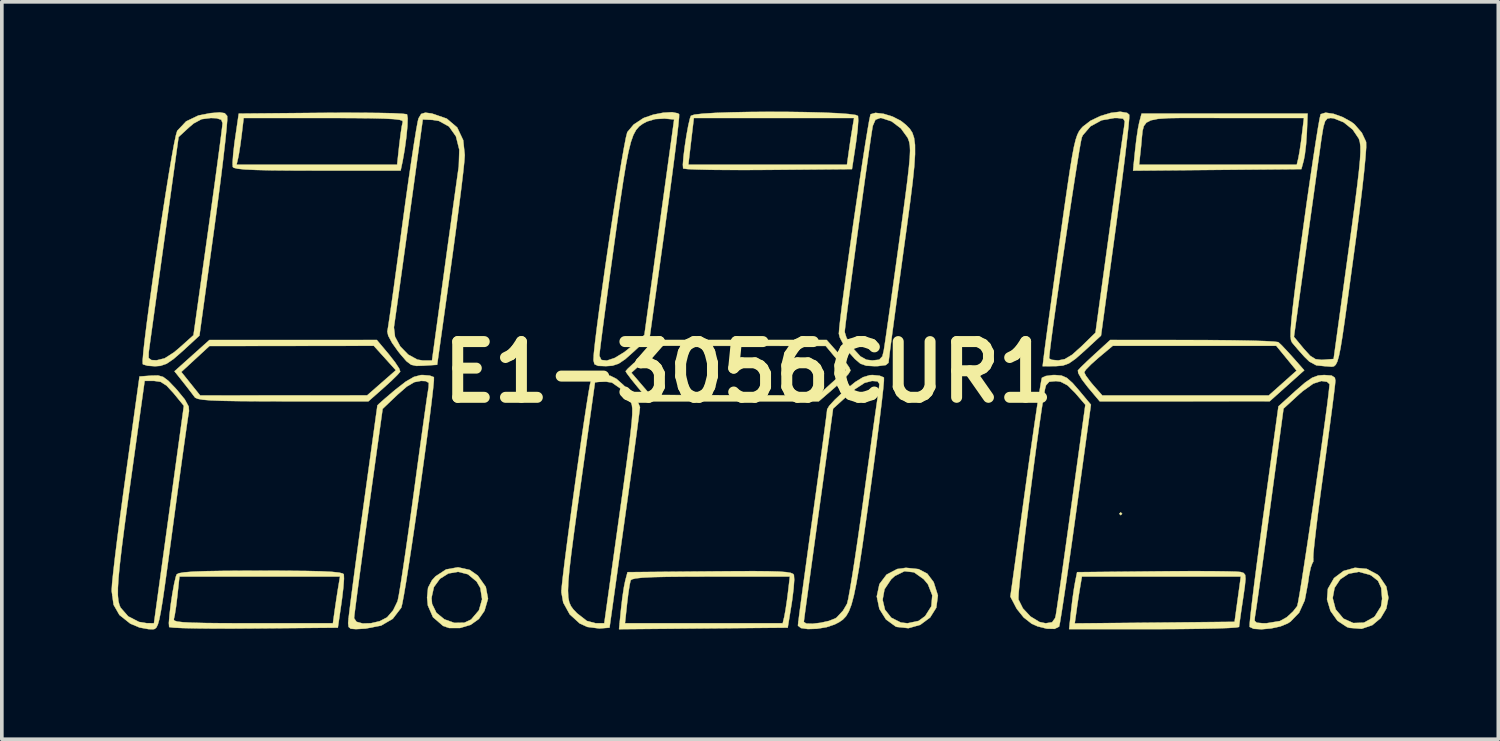
<source format=kicad_pcb>
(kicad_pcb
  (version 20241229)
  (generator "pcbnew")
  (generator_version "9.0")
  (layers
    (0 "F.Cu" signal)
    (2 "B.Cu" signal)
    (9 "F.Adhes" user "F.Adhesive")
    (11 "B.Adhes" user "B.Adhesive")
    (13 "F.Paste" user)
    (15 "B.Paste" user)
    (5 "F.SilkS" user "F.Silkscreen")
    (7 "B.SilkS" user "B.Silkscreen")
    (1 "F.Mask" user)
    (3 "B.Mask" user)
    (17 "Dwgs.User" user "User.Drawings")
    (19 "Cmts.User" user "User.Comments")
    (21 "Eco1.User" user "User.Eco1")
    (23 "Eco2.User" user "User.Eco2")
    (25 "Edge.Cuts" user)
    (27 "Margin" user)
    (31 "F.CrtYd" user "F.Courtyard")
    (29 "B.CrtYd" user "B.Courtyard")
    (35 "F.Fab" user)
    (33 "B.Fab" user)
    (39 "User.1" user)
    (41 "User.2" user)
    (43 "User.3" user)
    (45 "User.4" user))
  (footprint "E1-3056CUR1"
    (layer "F.Cu")
    (at 17.414 7.126)
    (property "Reference" "E1-3056CUR1" (at 0 0 0) (layer "F.SilkS") (effects (font (size 1.524 1.524) (thickness 0.3))))
    (attr through_hole)
    (fp_poly (pts (xy 10.224 3.874) (xy 10.184 3.914) (xy 10.144 3.874) (xy 10.184 3.834) (xy 10.224 3.874)) (stroke (width 0.01) (type solid)) (fill yes) (layer "F.SilkS"))
    (fp_poly (pts (xy 2.469 -0.508) (xy 2.642 -0.298) (xy 2.76 -0.127) (xy 2.796 -0.044) (xy 2.739 0.051) (xy 2.59 0.213) (xy 2.379 0.409) (xy 2.362 0.424) (xy 1.928 0.799) (xy -2.701 0.799) (xy -3.028 0.408) (xy -3.197 0.2) (xy -3.315 0.043) (xy -3.33 0.017) (xy -3.198 0.017) (xy -2.937 0.321) (xy -2.676 0.625) (xy 1.902 0.639) (xy 2.284 0.293) (xy 2.667 -0.054) (xy 2.392 -0.385) (xy 2.117 -0.716) (xy -0.131 -0.717) (xy -2.379 -0.719) (xy -2.788 -0.351) (xy -3.198 0.017) (xy -3.33 0.017) (xy -3.355 -0.024) (xy -3.298 -0.091) (xy -3.147 -0.232) (xy -2.931 -0.42) (xy -2.868 -0.472) (xy -2.382 -0.879) (xy 2.143 -0.879) (xy 2.469 -0.508)) (stroke (width 0.01) (type solid)) (fill yes) (layer "F.SilkS"))
    (fp_poly (pts (xy 15.275 -6.55) (xy 15.254 -6.235) (xy 15.22 -5.95) (xy 15.19 -5.791) (xy 15.125 -5.551) (xy 12.824 -5.53) (xy 10.523 -5.509) (xy 10.538 -5.671) (xy 10.687 -5.671) (xy 14.999 -5.671) (xy 15.042 -5.851) (xy 15.075 -6.03) (xy 15.115 -6.297) (xy 15.139 -6.49) (xy 15.195 -6.949) (xy 13.034 -6.949) (xy 12.381 -6.951) (xy 11.87 -6.951) (xy 11.483 -6.945) (xy 11.202 -6.925) (xy 11.009 -6.886) (xy 10.886 -6.822) (xy 10.816 -6.727) (xy 10.781 -6.594) (xy 10.763 -6.418) (xy 10.743 -6.193) (xy 10.741 -6.17) (xy 10.687 -5.671) (xy 10.538 -5.671) (xy 10.577 -6.057) (xy 10.614 -6.375) (xy 10.657 -6.661) (xy 10.693 -6.837) (xy 10.755 -7.069) (xy 15.296 -7.069) (xy 15.275 -6.55)) (stroke (width 0.01) (type solid)) (fill yes) (layer "F.SilkS"))
    (fp_poly (pts (xy -9.825 -0.48) (xy -9.658 -0.266) (xy -9.547 -0.097) (xy -9.518 -0.014) (xy -9.588 0.069) (xy -9.745 0.224) (xy -9.957 0.417) (xy -9.967 0.426) (xy -10.389 0.799) (xy -12.723 0.799) (xy -13.418 0.797) (xy -13.969 0.793) (xy -14.393 0.785) (xy -14.704 0.773) (xy -14.919 0.755) (xy -15.053 0.731) (xy -15.124 0.701) (xy -15.137 0.688) (xy -15.233 0.561) (xy -15.382 0.368) (xy -15.454 0.277) (xy -15.677 -0.004) (xy -15.506 -0.004) (xy -14.99 0.639) (xy -12.707 0.637) (xy -10.424 0.636) (xy -10.031 0.292) (xy -9.639 -0.051) (xy -10.242 -0.719) (xy -14.737 -0.713) (xy -15.122 -0.358) (xy -15.506 -0.004) (xy -15.677 -0.004) (xy -15.692 -0.023) (xy -14.737 -0.878) (xy -12.448 -0.878) (xy -10.159 -0.879) (xy -9.825 -0.48)) (stroke (width 0.01) (type solid)) (fill yes) (layer "F.SilkS"))
    (fp_poly (pts (xy -7.618 5.41) (xy -7.398 5.564) (xy -7.179 5.873) (xy -7.118 6.197) (xy -7.215 6.529) (xy -7.369 6.751) (xy -7.594 6.912) (xy -7.889 6.999) (xy -8.184 6.998) (xy -8.347 6.941) (xy -8.623 6.703) (xy -8.763 6.383) (xy -8.784 6.171) (xy -8.663 6.171) (xy -8.648 6.339) (xy -8.53 6.582) (xy -8.311 6.761) (xy -8.04 6.858) (xy -7.765 6.853) (xy -7.581 6.767) (xy -7.367 6.515) (xy -7.28 6.212) (xy -7.328 5.904) (xy -7.429 5.728) (xy -7.667 5.529) (xy -7.936 5.461) (xy -8.202 5.507) (xy -8.433 5.652) (xy -8.598 5.879) (xy -8.663 6.171) (xy -8.784 6.171) (xy -8.784 6.164) (xy -8.758 5.896) (xy -8.651 5.693) (xy -8.553 5.585) (xy -8.264 5.396) (xy -7.938 5.338) (xy -7.618 5.41)) (stroke (width 0.01) (type solid)) (fill yes) (layer "F.SilkS"))
    (fp_poly (pts (xy 4.656 5.388) (xy 4.894 5.511) (xy 5.067 5.741) (xy 5.071 5.749) (xy 5.185 6.109) (xy 5.141 6.442) (xy 4.972 6.711) (xy 4.701 6.912) (xy 4.378 7.003) (xy 4.063 6.969) (xy 4.025 6.954) (xy 3.765 6.764) (xy 3.584 6.475) (xy 3.533 6.227) (xy 3.673 6.227) (xy 3.738 6.499) (xy 3.909 6.717) (xy 4.171 6.848) (xy 4.353 6.869) (xy 4.658 6.804) (xy 4.836 6.673) (xy 5.006 6.404) (xy 5.031 6.103) (xy 4.914 5.805) (xy 4.799 5.665) (xy 4.533 5.475) (xy 4.272 5.445) (xy 4.008 5.575) (xy 3.908 5.665) (xy 3.725 5.938) (xy 3.673 6.227) (xy 3.533 6.227) (xy 3.514 6.139) (xy 3.514 6.133) (xy 3.586 5.797) (xy 3.781 5.538) (xy 4.074 5.384) (xy 4.312 5.352) (xy 4.656 5.388)) (stroke (width 0.01) (type solid)) (fill yes) (layer "F.SilkS"))
    (fp_poly (pts (xy 16.913 5.381) (xy 17.208 5.538) (xy 17.259 5.585) (xy 17.449 5.868) (xy 17.506 6.172) (xy 17.448 6.468) (xy 17.294 6.728) (xy 17.063 6.921) (xy 16.773 7.02) (xy 16.442 6.994) (xy 16.374 6.973) (xy 16.113 6.801) (xy 15.921 6.531) (xy 15.827 6.216) (xy 15.83 6.179) (xy 15.981 6.179) (xy 16.06 6.479) (xy 16.068 6.495) (xy 16.275 6.741) (xy 16.544 6.862) (xy 16.834 6.852) (xy 17.104 6.704) (xy 17.137 6.673) (xy 17.303 6.406) (xy 17.333 6.2) (xy 17.309 5.902) (xy 17.221 5.708) (xy 17.042 5.567) (xy 16.998 5.543) (xy 16.697 5.462) (xy 16.418 5.513) (xy 16.187 5.667) (xy 16.033 5.899) (xy 15.981 6.179) (xy 15.83 6.179) (xy 15.85 5.926) (xy 16.018 5.633) (xy 16.278 5.438) (xy 16.59 5.351) (xy 16.913 5.381)) (stroke (width 0.01) (type solid)) (fill yes) (layer "F.SilkS"))
    (fp_poly (pts (xy 12.157 -0.877) (xy 12.745 -0.875) (xy 13.281 -0.869) (xy 13.744 -0.86) (xy 14.115 -0.849) (xy 14.371 -0.835) (xy 14.492 -0.82) (xy 14.497 -0.817) (xy 14.591 -0.729) (xy 14.749 -0.561) (xy 14.891 -0.404) (xy 15.204 -0.049) (xy 14.731 0.375) (xy 14.258 0.798) (xy 11.934 0.799) (xy 9.61 0.799) (xy 9.285 0.413) (xy 9.124 0.203) (xy 9.027 0.035) (xy 9.021 0.005) (xy 9.186 0.005) (xy 9.234 0.101) (xy 9.358 0.267) (xy 9.433 0.357) (xy 9.681 0.639) (xy 14.232 0.639) (xy 14.613 0.3) (xy 14.994 -0.04) (xy 14.438 -0.719) (xy 9.967 -0.719) (xy 9.576 -0.392) (xy 9.374 -0.212) (xy 9.233 -0.068) (xy 9.186 0.005) (xy 9.021 0.005) (xy 9.013 -0.046) (xy 9.095 -0.134) (xy 9.261 -0.294) (xy 9.475 -0.493) (xy 9.482 -0.499) (xy 9.898 -0.879) (xy 12.157 -0.877)) (stroke (width 0.01) (type solid)) (fill yes) (layer "F.SilkS"))
    (fp_poly (pts (xy 12.72 5.445) (xy 13.091 5.45) (xy 13.348 5.457) (xy 13.466 5.467) (xy 13.545 5.493) (xy 13.588 5.546) (xy 13.598 5.657) (xy 13.578 5.859) (xy 13.531 6.186) (xy 13.528 6.209) (xy 13.48 6.528) (xy 13.444 6.786) (xy 13.423 6.943) (xy 13.421 6.969) (xy 13.344 6.984) (xy 13.127 6.998) (xy 12.79 7.01) (xy 12.353 7.019) (xy 11.835 7.026) (xy 11.257 7.029) (xy 11.096 7.029) (xy 8.773 7.029) (xy 8.79 6.872) (xy 8.927 6.872) (xy 13.298 6.829) (xy 13.469 5.591) (xy 9.123 5.591) (xy 9.079 5.851) (xy 9.039 6.095) (xy 8.994 6.394) (xy 8.981 6.491) (xy 8.927 6.872) (xy 8.79 6.872) (xy 8.828 6.518) (xy 8.866 6.199) (xy 8.909 5.903) (xy 8.938 5.739) (xy 8.992 5.471) (xy 11.146 5.449) (xy 11.724 5.444) (xy 12.256 5.443) (xy 12.72 5.445)) (stroke (width 0.01) (type solid)) (fill yes) (layer "F.SilkS"))
    (fp_poly (pts (xy 0.547 5.447) (xy 0.839 5.455) (xy 1.038 5.47) (xy 1.162 5.491) (xy 1.227 5.52) (xy 1.247 5.547) (xy 1.256 5.677) (xy 1.239 5.918) (xy 1.201 6.226) (xy 1.186 6.327) (xy 1.078 6.989) (xy -1.229 7.01) (xy -3.535 7.031) (xy -3.519 6.869) (xy -3.373 6.869) (xy 0.941 6.869) (xy 0.984 6.689) (xy 1.017 6.511) (xy 1.057 6.244) (xy 1.082 6.05) (xy 1.137 5.591) (xy -1.021 5.591) (xy -1.689 5.593) (xy -2.214 5.598) (xy -2.61 5.607) (xy -2.893 5.621) (xy -3.079 5.641) (xy -3.182 5.667) (xy -3.219 5.697) (xy -3.247 5.827) (xy -3.283 6.064) (xy -3.316 6.336) (xy -3.373 6.869) (xy -3.519 6.869) (xy -3.481 6.483) (xy -3.444 6.165) (xy -3.401 5.879) (xy -3.365 5.703) (xy -3.303 5.471) (xy -1.051 5.45) (xy -0.381 5.445) (xy 0.146 5.443) (xy 0.547 5.447)) (stroke (width 0.01) (type solid)) (fill yes) (layer "F.SilkS"))
    (fp_poly (pts (xy 1.042 -7.117) (xy 1.551 -7.11) (xy 2.021 -7.098) (xy 2.425 -7.081) (xy 2.74 -7.058) (xy 2.94 -7.031) (xy 3 -7.004) (xy 3.007 -6.882) (xy 2.991 -6.645) (xy 2.954 -6.339) (xy 2.938 -6.226) (xy 2.835 -5.551) (xy 0.544 -5.53) (xy -0.044 -5.527) (xy -0.579 -5.528) (xy -1.04 -5.532) (xy -1.407 -5.541) (xy -1.659 -5.552) (xy -1.777 -5.567) (xy -1.782 -5.57) (xy -1.789 -5.671) (xy -1.64 -5.671) (xy 2.698 -5.671) (xy 2.751 -6.05) (xy 2.793 -6.343) (xy 2.837 -6.618) (xy 2.848 -6.689) (xy 2.893 -6.949) (xy -1.489 -6.949) (xy -1.565 -6.31) (xy -1.64 -5.671) (xy -1.789 -5.671) (xy -1.789 -5.677) (xy -1.772 -5.895) (xy -1.737 -6.176) (xy -1.691 -6.476) (xy -1.641 -6.747) (xy -1.594 -6.944) (xy -1.569 -7.01) (xy -1.473 -7.042) (xy -1.243 -7.068) (xy -0.904 -7.089) (xy -0.481 -7.104) (xy 0.000286 -7.114) (xy 0.516 -7.118) (xy 1.042 -7.117)) (stroke (width 0.01) (type solid)) (fill yes) (layer "F.SilkS"))
    (fp_poly (pts (xy -10.543 -7.092) (xy -10.08 -7.087) (xy -9.712 -7.079) (xy -9.457 -7.066) (xy -9.338 -7.051) (xy -9.333 -7.049) (xy -9.315 -6.945) (xy -9.323 -6.725) (xy -9.351 -6.428) (xy -9.396 -6.095) (xy -9.454 -5.764) (xy -9.47 -5.691) (xy -9.508 -5.511) (xy -11.785 -5.511) (xy -12.485 -5.513) (xy -13.039 -5.518) (xy -13.461 -5.528) (xy -13.764 -5.542) (xy -13.962 -5.562) (xy -14.069 -5.587) (xy -14.098 -5.611) (xy -14.101 -5.671) (xy -13.995 -5.671) (xy -9.604 -5.671) (xy -9.546 -6.204) (xy -9.511 -6.492) (xy -9.476 -6.724) (xy -9.449 -6.843) (xy -9.462 -6.875) (xy -9.54 -6.9) (xy -9.698 -6.919) (xy -9.952 -6.933) (xy -10.315 -6.942) (xy -10.804 -6.947) (xy -11.434 -6.949) (xy -11.604 -6.949) (xy -13.8 -6.949) (xy -13.855 -6.49) (xy -13.893 -6.203) (xy -13.932 -5.957) (xy -13.953 -5.851) (xy -13.995 -5.671) (xy -14.101 -5.671) (xy -14.103 -5.732) (xy -14.086 -5.967) (xy -14.051 -6.273) (xy -14.034 -6.39) (xy -13.935 -7.069) (xy -11.665 -7.09) (xy -11.078 -7.093) (xy -10.543 -7.092)) (stroke (width 0.01) (type solid)) (fill yes) (layer "F.SilkS"))
    (fp_poly (pts (xy -12.639 5.433) (xy -12.092 5.438) (xy -11.677 5.448) (xy -11.381 5.463) (xy -11.189 5.483) (xy -11.087 5.509) (xy -11.062 5.531) (xy -11.057 5.652) (xy -11.074 5.887) (xy -11.11 6.193) (xy -11.126 6.31) (xy -11.225 6.989) (xy -13.515 7.01) (xy -14.103 7.014) (xy -14.638 7.013) (xy -15.098 7.008) (xy -15.465 7) (xy -15.716 6.988) (xy -15.833 6.974) (xy -15.838 6.97) (xy -15.846 6.86) (xy -15.838 6.763) (xy -15.712 6.763) (xy -15.698 6.795) (xy -15.62 6.821) (xy -15.462 6.84) (xy -15.209 6.853) (xy -14.845 6.862) (xy -14.356 6.867) (xy -13.726 6.869) (xy -13.556 6.869) (xy -11.36 6.869) (xy -11.307 6.49) (xy -11.264 6.197) (xy -11.221 5.922) (xy -11.209 5.851) (xy -11.165 5.591) (xy -15.557 5.591) (xy -15.614 6.124) (xy -15.649 6.413) (xy -15.685 6.644) (xy -15.712 6.763) (xy -15.838 6.763) (xy -15.829 6.641) (xy -15.795 6.357) (xy -15.75 6.057) (xy -15.701 5.787) (xy -15.655 5.593) (xy -15.631 5.531) (xy -15.571 5.5) (xy -15.428 5.476) (xy -15.189 5.457) (xy -14.838 5.444) (xy -14.363 5.436) (xy -13.75 5.432) (xy -13.332 5.431) (xy -12.639 5.433)) (stroke (width 0.01) (type solid)) (fill yes) (layer "F.SilkS"))
    (fp_poly (pts (xy -16.001 0.132) (xy -15.859 0.239) (xy -15.667 0.439) (xy -15.627 0.483) (xy -15.409 0.749) (xy -15.304 0.942) (xy -15.295 1.066) (xy -15.315 1.185) (xy -15.353 1.441) (xy -15.406 1.816) (xy -15.473 2.291) (xy -15.549 2.844) (xy -15.633 3.456) (xy -15.695 3.914) (xy -15.801 4.7) (xy -15.888 5.342) (xy -15.959 5.855) (xy -16.017 6.253) (xy -16.066 6.55) (xy -16.108 6.762) (xy -16.147 6.902) (xy -16.187 6.984) (xy -16.231 7.023) (xy -16.281 7.034) (xy -16.341 7.031) (xy -16.401 7.029) (xy -16.647 6.985) (xy -16.895 6.881) (xy -16.904 6.876) (xy -17.198 6.642) (xy -17.358 6.362) (xy -17.393 6.106) (xy -17.241 6.106) (xy -17.226 6.258) (xy -17.198 6.37) (xy -17.167 6.441) (xy -16.958 6.68) (xy -16.662 6.832) (xy -16.454 6.866) (xy -16.254 6.869) (xy -15.845 3.895) (xy -15.436 0.921) (xy -15.715 0.58) (xy -15.909 0.369) (xy -16.073 0.266) (xy -16.251 0.24) (xy -16.508 0.24) (xy -16.851 2.696) (xy -16.968 3.539) (xy -17.062 4.238) (xy -17.135 4.809) (xy -17.188 5.267) (xy -17.223 5.626) (xy -17.24 5.901) (xy -17.241 6.106) (xy -17.393 6.106) (xy -17.409 5.992) (xy -17.409 5.953) (xy -17.398 5.778) (xy -17.366 5.468) (xy -17.317 5.043) (xy -17.253 4.525) (xy -17.177 3.936) (xy -17.091 3.298) (xy -17.027 2.836) (xy -16.649 0.12) (xy -16.323 0.096) (xy -16.141 0.092) (xy -16.001 0.132)) (stroke (width 0.01) (type solid)) (fill yes) (layer "F.SilkS"))
    (fp_poly (pts (xy -8.653 -7.072) (xy -8.246 -6.932) (xy -7.961 -6.69) (xy -7.797 -6.343) (xy -7.754 -5.935) (xy -7.766 -5.764) (xy -7.798 -5.457) (xy -7.848 -5.036) (xy -7.913 -4.522) (xy -7.989 -3.938) (xy -8.075 -3.304) (xy -8.134 -2.875) (xy -8.509 -0.2) (xy -8.877 -0.176) (xy -9.079 -0.17) (xy -9.22 -0.201) (xy -9.348 -0.297) (xy -9.51 -0.484) (xy -9.576 -0.567) (xy -9.741 -0.798) (xy -9.847 -0.995) (xy -9.872 -1.111) (xy -9.853 -1.217) (xy -9.852 -1.225) (xy -9.692 -1.225) (xy -9.661 -0.966) (xy -9.518 -0.702) (xy -9.301 -0.479) (xy -9.05 -0.342) (xy -8.912 -0.319) (xy -8.65 -0.319) (xy -8.313 -2.776) (xy -8.227 -3.405) (xy -8.144 -4) (xy -8.07 -4.54) (xy -8.006 -4.999) (xy -7.956 -5.356) (xy -7.924 -5.585) (xy -7.917 -5.632) (xy -7.903 -6.08) (xy -7.995 -6.447) (xy -8.185 -6.716) (xy -8.462 -6.869) (xy -8.637 -6.897) (xy -8.902 -6.909) (xy -9.277 -4.193) (xy -9.367 -3.542) (xy -9.452 -2.932) (xy -9.528 -2.384) (xy -9.593 -1.917) (xy -9.645 -1.553) (xy -9.679 -1.312) (xy -9.692 -1.225) (xy -9.852 -1.225) (xy -9.816 -1.464) (xy -9.763 -1.83) (xy -9.697 -2.297) (xy -9.622 -2.846) (xy -9.538 -3.459) (xy -9.466 -3.994) (xy -9.377 -4.647) (xy -9.291 -5.255) (xy -9.211 -5.8) (xy -9.141 -6.26) (xy -9.083 -6.618) (xy -9.04 -6.852) (xy -9.019 -6.938) (xy -8.946 -7.06) (xy -8.832 -7.095) (xy -8.653 -7.072)) (stroke (width 0.01) (type solid)) (fill yes) (layer "F.SilkS"))
    (fp_poly (pts (xy -1.922 -7.076) (xy -1.891 -7.049) (xy -1.894 -6.959) (xy -1.917 -6.728) (xy -1.958 -6.375) (xy -2.015 -5.916) (xy -2.086 -5.37) (xy -2.169 -4.753) (xy -2.261 -4.084) (xy -2.275 -3.978) (xy -2.695 -0.967) (xy -3.125 -0.567) (xy -3.367 -0.352) (xy -3.548 -0.23) (xy -3.716 -0.175) (xy -3.894 -0.163) (xy -4.108 -0.171) (xy -4.207 -0.216) (xy -4.233 -0.32) (xy -4.233 -0.345) (xy -4.227 -0.448) (xy -4.074 -0.448) (xy -4.018 -0.332) (xy -3.868 -0.315) (xy -3.651 -0.388) (xy -3.393 -0.545) (xy -3.238 -0.669) (xy -2.842 -1.016) (xy -2.028 -6.909) (xy -2.291 -6.934) (xy -2.549 -6.919) (xy -2.768 -6.854) (xy -2.885 -6.792) (xy -2.984 -6.72) (xy -3.068 -6.623) (xy -3.143 -6.485) (xy -3.211 -6.291) (xy -3.277 -6.026) (xy -3.346 -5.673) (xy -3.421 -5.218) (xy -3.507 -4.644) (xy -3.607 -3.936) (xy -3.673 -3.463) (xy -3.765 -2.798) (xy -3.849 -2.181) (xy -3.924 -1.629) (xy -3.986 -1.161) (xy -4.033 -0.795) (xy -4.063 -0.551) (xy -4.074 -0.448) (xy -4.227 -0.448) (xy -4.222 -0.525) (xy -4.189 -0.833) (xy -4.138 -1.246) (xy -4.072 -1.743) (xy -3.994 -2.302) (xy -3.909 -2.902) (xy -3.818 -3.521) (xy -3.725 -4.137) (xy -3.634 -4.728) (xy -3.547 -5.273) (xy -3.468 -5.75) (xy -3.4 -6.138) (xy -3.347 -6.413) (xy -3.311 -6.556) (xy -3.307 -6.565) (xy -3.136 -6.769) (xy -2.875 -6.942) (xy -2.85 -6.954) (xy -2.597 -7.041) (xy -2.324 -7.094) (xy -2.083 -7.108) (xy -1.922 -7.076)) (stroke (width 0.01) (type solid)) (fill yes) (layer "F.SilkS"))
    (fp_poly (pts (xy -14.319 -7.081) (xy -14.255 -7.01) (xy -14.251 -7) (xy -14.25 -6.893) (xy -14.27 -6.647) (xy -14.308 -6.279) (xy -14.362 -5.809) (xy -14.43 -5.254) (xy -14.511 -4.633) (xy -14.601 -3.964) (xy -14.605 -3.934) (xy -15.01 -0.998) (xy -15.465 -0.579) (xy -15.72 -0.357) (xy -15.91 -0.228) (xy -16.077 -0.171) (xy -16.223 -0.16) (xy -16.427 -0.174) (xy -16.55 -0.21) (xy -16.56 -0.22) (xy -16.563 -0.321) (xy -16.557 -0.386) (xy -16.4 -0.386) (xy -16.322 -0.329) (xy -16.181 -0.323) (xy -15.961 -0.377) (xy -15.702 -0.543) (xy -15.554 -0.668) (xy -15.173 -1.009) (xy -14.776 -3.839) (xy -14.684 -4.498) (xy -14.599 -5.11) (xy -14.525 -5.657) (xy -14.463 -6.119) (xy -14.416 -6.478) (xy -14.387 -6.715) (xy -14.378 -6.809) (xy -14.413 -6.902) (xy -14.545 -6.943) (xy -14.698 -6.949) (xy -14.951 -6.917) (xy -15.169 -6.8) (xy -15.299 -6.689) (xy -15.58 -6.43) (xy -15.974 -3.594) (xy -16.066 -2.931) (xy -16.152 -2.31) (xy -16.23 -1.752) (xy -16.296 -1.276) (xy -16.348 -0.901) (xy -16.383 -0.647) (xy -16.397 -0.539) (xy -16.4 -0.386) (xy -16.557 -0.386) (xy -16.543 -0.559) (xy -16.503 -0.912) (xy -16.447 -1.361) (xy -16.377 -1.884) (xy -16.297 -2.46) (xy -16.21 -3.068) (xy -16.118 -3.688) (xy -16.025 -4.299) (xy -15.934 -4.88) (xy -15.849 -5.409) (xy -15.771 -5.866) (xy -15.705 -6.231) (xy -15.652 -6.481) (xy -15.618 -6.597) (xy -15.617 -6.599) (xy -15.374 -6.857) (xy -15.038 -7.018) (xy -14.709 -7.082) (xy -14.457 -7.102) (xy -14.319 -7.081)) (stroke (width 0.01) (type solid)) (fill yes) (layer "F.SilkS"))
    (fp_poly (pts (xy 8.565 0.095) (xy 8.711 0.158) (xy 8.868 0.298) (xy 9.031 0.485) (xy 9.37 0.891) (xy 8.956 3.891) (xy 8.862 4.566) (xy 8.773 5.192) (xy 8.693 5.75) (xy 8.622 6.224) (xy 8.565 6.594) (xy 8.524 6.845) (xy 8.501 6.957) (xy 8.5 6.96) (xy 8.377 7.022) (xy 8.164 7.017) (xy 7.911 6.953) (xy 7.751 6.882) (xy 7.531 6.71) (xy 7.345 6.478) (xy 7.322 6.437) (xy 7.197 6.197) (xy 7.386 6.197) (xy 7.387 6.215) (xy 7.51 6.463) (xy 7.718 6.684) (xy 7.962 6.833) (xy 8.131 6.869) (xy 8.309 6.841) (xy 8.391 6.724) (xy 8.409 6.65) (xy 8.43 6.52) (xy 8.469 6.253) (xy 8.525 5.867) (xy 8.594 5.382) (xy 8.673 4.819) (xy 8.76 4.196) (xy 8.834 3.661) (xy 9.217 0.893) (xy 8.942 0.573) (xy 8.73 0.362) (xy 8.54 0.263) (xy 8.413 0.246) (xy 8.229 0.264) (xy 8.142 0.359) (xy 8.115 0.459) (xy 8.072 0.698) (xy 8.017 1.053) (xy 7.952 1.5) (xy 7.88 2.018) (xy 7.804 2.585) (xy 7.727 3.178) (xy 7.651 3.775) (xy 7.579 4.354) (xy 7.515 4.892) (xy 7.461 5.368) (xy 7.419 5.759) (xy 7.393 6.043) (xy 7.386 6.197) (xy 7.197 6.197) (xy 7.167 6.139) (xy 7.576 3.185) (xy 7.669 2.515) (xy 7.758 1.894) (xy 7.838 1.34) (xy 7.908 0.872) (xy 7.966 0.507) (xy 8.007 0.262) (xy 8.029 0.157) (xy 8.03 0.155) (xy 8.133 0.107) (xy 8.33 0.081) (xy 8.384 0.08) (xy 8.565 0.095)) (stroke (width 0.01) (type solid)) (fill yes) (layer "F.SilkS"))
    (fp_poly (pts (xy -3.772 0.101) (xy -3.607 0.184) (xy -3.414 0.355) (xy -3.314 0.459) (xy -3.131 0.673) (xy -3.004 0.855) (xy -2.962 0.958) (xy -2.974 1.062) (xy -3.006 1.306) (xy -3.054 1.672) (xy -3.118 2.141) (xy -3.194 2.695) (xy -3.28 3.316) (xy -3.374 3.985) (xy -3.381 4.034) (xy -3.795 6.989) (xy -4.074 7.011) (xy -4.401 6.969) (xy -4.609 6.875) (xy -4.883 6.626) (xy -5.061 6.303) (xy -5.112 6.019) (xy -5.109 5.973) (xy -4.931 5.973) (xy -4.923 6.159) (xy -4.896 6.296) (xy -4.85 6.4) (xy -4.788 6.486) (xy -4.708 6.57) (xy -4.681 6.598) (xy -4.414 6.805) (xy -4.174 6.869) (xy -3.939 6.869) (xy -3.525 3.909) (xy -3.418 3.148) (xy -3.333 2.528) (xy -3.267 2.035) (xy -3.219 1.651) (xy -3.188 1.362) (xy -3.173 1.151) (xy -3.172 1.002) (xy -3.184 0.899) (xy -3.207 0.826) (xy -3.241 0.767) (xy -3.264 0.734) (xy -3.507 0.442) (xy -3.728 0.287) (xy -3.953 0.252) (xy -3.967 0.254) (xy -4.193 0.28) (xy -4.567 2.955) (xy -4.68 3.763) (xy -4.771 4.428) (xy -4.841 4.966) (xy -4.891 5.392) (xy -4.921 5.723) (xy -4.931 5.973) (xy -5.109 5.973) (xy -5.101 5.866) (xy -5.07 5.583) (xy -5.023 5.192) (xy -4.962 4.717) (xy -4.891 4.178) (xy -4.813 3.6) (xy -4.731 3.005) (xy -4.647 2.415) (xy -4.567 1.853) (xy -4.491 1.342) (xy -4.424 0.904) (xy -4.369 0.561) (xy -4.329 0.337) (xy -4.31 0.26) (xy -4.214 0.13) (xy -4.037 0.082) (xy -3.953 0.08) (xy -3.772 0.101)) (stroke (width 0.01) (type solid)) (fill yes) (layer "F.SilkS"))
    (fp_poly (pts (xy 10.359 -7.089) (xy 10.418 -7.039) (xy 10.417 -6.946) (xy 10.396 -6.713) (xy 10.357 -6.358) (xy 10.303 -5.897) (xy 10.234 -5.35) (xy 10.154 -4.733) (xy 10.065 -4.065) (xy 10.054 -3.983) (xy 9.646 -0.998) (xy 9.196 -0.582) (xy 8.95 -0.365) (xy 8.768 -0.238) (xy 8.604 -0.179) (xy 8.411 -0.163) (xy 8.398 -0.163) (xy 8.049 -0.16) (xy 8.075 -0.374) (xy 8.227 -0.374) (xy 8.297 -0.336) (xy 8.465 -0.32) (xy 8.473 -0.319) (xy 8.655 -0.355) (xy 8.856 -0.475) (xy 9.106 -0.699) (xy 9.494 -1.078) (xy 9.862 -3.754) (xy 9.951 -4.401) (xy 10.035 -5.007) (xy 10.111 -5.552) (xy 10.176 -6.014) (xy 10.228 -6.374) (xy 10.263 -6.61) (xy 10.275 -6.689) (xy 10.296 -6.858) (xy 10.251 -6.931) (xy 10.101 -6.948) (xy 10.013 -6.949) (xy 9.661 -6.887) (xy 9.357 -6.721) (xy 9.149 -6.479) (xy 9.121 -6.419) (xy 9.096 -6.308) (xy 9.052 -6.06) (xy 8.993 -5.697) (xy 8.921 -5.242) (xy 8.84 -4.716) (xy 8.753 -4.141) (xy 8.663 -3.539) (xy 8.573 -2.932) (xy 8.488 -2.341) (xy 8.409 -1.789) (xy 8.34 -1.297) (xy 8.285 -0.887) (xy 8.247 -0.582) (xy 8.228 -0.402) (xy 8.227 -0.374) (xy 8.075 -0.374) (xy 8.105 -0.619) (xy 8.13 -0.808) (xy 8.174 -1.133) (xy 8.234 -1.571) (xy 8.307 -2.1) (xy 8.39 -2.697) (xy 8.48 -3.34) (xy 8.542 -3.777) (xy 8.644 -4.503) (xy 8.729 -5.087) (xy 8.798 -5.547) (xy 8.856 -5.9) (xy 8.906 -6.164) (xy 8.952 -6.354) (xy 8.997 -6.488) (xy 9.044 -6.584) (xy 9.098 -6.657) (xy 9.149 -6.713) (xy 9.359 -6.874) (xy 9.628 -7.003) (xy 9.913 -7.089) (xy 10.171 -7.121) (xy 10.359 -7.089)) (stroke (width 0.01) (type solid)) (fill yes) (layer "F.SilkS"))
    (fp_poly (pts (xy 15.953 0.095) (xy 16.041 0.154) (xy 16.055 0.235) (xy 16.044 0.352) (xy 16.014 0.605) (xy 15.967 0.974) (xy 15.906 1.437) (xy 15.834 1.974) (xy 15.754 2.562) (xy 15.732 2.721) (xy 15.651 3.312) (xy 15.581 3.851) (xy 15.524 4.318) (xy 15.481 4.692) (xy 15.455 4.955) (xy 15.449 5.084) (xy 15.452 5.094) (xy 15.45 5.185) (xy 15.426 5.224) (xy 15.38 5.347) (xy 15.334 5.573) (xy 15.305 5.778) (xy 15.217 6.241) (xy 15.063 6.58) (xy 14.829 6.822) (xy 14.753 6.872) (xy 14.553 6.954) (xy 14.296 7.01) (xy 14.034 7.033) (xy 13.821 7.02) (xy 13.71 6.968) (xy 13.712 6.877) (xy 13.719 6.801) (xy 13.845 6.801) (xy 13.906 6.853) (xy 14.077 6.869) (xy 14.165 6.869) (xy 14.539 6.808) (xy 14.727 6.703) (xy 14.897 6.546) (xy 15.011 6.4) (xy 15.011 6.399) (xy 15.034 6.301) (xy 15.076 6.065) (xy 15.133 5.714) (xy 15.202 5.269) (xy 15.281 4.752) (xy 15.366 4.184) (xy 15.454 3.586) (xy 15.541 2.98) (xy 15.626 2.388) (xy 15.704 1.83) (xy 15.773 1.329) (xy 15.83 0.906) (xy 15.87 0.582) (xy 15.892 0.378) (xy 15.895 0.328) (xy 15.826 0.265) (xy 15.675 0.243) (xy 15.452 0.314) (xy 15.16 0.522) (xy 15.046 0.622) (xy 14.637 0.998) (xy 14.265 3.754) (xy 14.177 4.406) (xy 14.094 5.014) (xy 14.019 5.557) (xy 13.955 6.016) (xy 13.904 6.372) (xy 13.869 6.605) (xy 13.855 6.689) (xy 13.845 6.801) (xy 13.719 6.801) (xy 13.734 6.647) (xy 13.775 6.293) (xy 13.831 5.834) (xy 13.901 5.289) (xy 13.983 4.673) (xy 14.073 4.006) (xy 14.085 3.922) (xy 14.498 0.937) (xy 14.97 0.509) (xy 15.229 0.285) (xy 15.42 0.154) (xy 15.586 0.093) (xy 15.748 0.08) (xy 15.953 0.095)) (stroke (width 0.01) (type solid)) (fill yes) (layer "F.SilkS"))
    (fp_poly (pts (xy 16.006 -7.063) (xy 16.258 -6.972) (xy 16.496 -6.839) (xy 16.581 -6.773) (xy 16.778 -6.545) (xy 16.891 -6.305) (xy 16.896 -6.282) (xy 16.897 -6.142) (xy 16.877 -5.865) (xy 16.839 -5.47) (xy 16.784 -4.977) (xy 16.715 -4.407) (xy 16.635 -3.779) (xy 16.577 -3.353) (xy 16.468 -2.554) (xy 16.379 -1.9) (xy 16.306 -1.375) (xy 16.246 -0.966) (xy 16.196 -0.658) (xy 16.151 -0.437) (xy 16.109 -0.29) (xy 16.065 -0.202) (xy 16.017 -0.159) (xy 15.96 -0.147) (xy 15.892 -0.152) (xy 15.809 -0.159) (xy 15.782 -0.16) (xy 15.533 -0.185) (xy 15.345 -0.286) (xy 15.208 -0.419) (xy 15.034 -0.614) (xy 14.893 -0.78) (xy 14.865 -0.816) (xy 14.841 -0.874) (xy 14.832 -0.965) (xy 14.922 -0.965) (xy 15.189 -0.641) (xy 15.366 -0.446) (xy 15.512 -0.354) (xy 15.68 -0.335) (xy 15.731 -0.338) (xy 16.007 -0.359) (xy 16.404 -3.244) (xy 16.509 -4.006) (xy 16.592 -4.627) (xy 16.655 -5.122) (xy 16.7 -5.507) (xy 16.728 -5.801) (xy 16.74 -6.017) (xy 16.739 -6.174) (xy 16.725 -6.287) (xy 16.7 -6.373) (xy 16.694 -6.388) (xy 16.528 -6.633) (xy 16.281 -6.832) (xy 16.011 -6.94) (xy 15.924 -6.949) (xy 15.836 -6.933) (xy 15.774 -6.862) (xy 15.727 -6.706) (xy 15.681 -6.431) (xy 15.666 -6.33) (xy 15.633 -6.09) (xy 15.581 -5.718) (xy 15.515 -5.242) (xy 15.438 -4.687) (xy 15.353 -4.081) (xy 15.266 -3.45) (xy 15.251 -3.338) (xy 14.922 -0.965) (xy 14.832 -0.965) (xy 14.83 -0.981) (xy 14.833 -1.15) (xy 14.851 -1.396) (xy 14.886 -1.733) (xy 14.939 -2.176) (xy 15.011 -2.738) (xy 15.105 -3.435) (xy 15.179 -3.971) (xy 15.273 -4.648) (xy 15.364 -5.275) (xy 15.447 -5.835) (xy 15.52 -6.31) (xy 15.58 -6.683) (xy 15.625 -6.936) (xy 15.652 -7.05) (xy 15.655 -7.054) (xy 15.788 -7.095) (xy 16.006 -7.063)) (stroke (width 0.01) (type solid)) (fill yes) (layer "F.SilkS"))
    (fp_poly (pts (xy -8.711 0.096) (xy -8.602 0.136) (xy -8.598 0.141) (xy -8.599 0.234) (xy -8.621 0.464) (xy -8.661 0.811) (xy -8.716 1.253) (xy -8.784 1.77) (xy -8.861 2.34) (xy -8.944 2.942) (xy -9.031 3.557) (xy -9.119 4.163) (xy -9.204 4.739) (xy -9.284 5.264) (xy -9.355 5.718) (xy -9.416 6.079) (xy -9.462 6.327) (xy -9.49 6.441) (xy -9.491 6.443) (xy -9.723 6.746) (xy -10.041 6.932) (xy -10.465 7.014) (xy -10.729 7.029) (xy -10.872 7.018) (xy -10.931 6.969) (xy -10.943 6.869) (xy -10.943 6.859) (xy -10.932 6.738) (xy -10.931 6.729) (xy -10.781 6.729) (xy -10.715 6.828) (xy -10.546 6.874) (xy -10.32 6.868) (xy -10.083 6.813) (xy -9.882 6.709) (xy -9.877 6.705) (xy -9.713 6.515) (xy -9.594 6.27) (xy -9.587 6.246) (xy -9.557 6.097) (xy -9.509 5.811) (xy -9.447 5.409) (xy -9.373 4.911) (xy -9.291 4.339) (xy -9.204 3.713) (xy -9.144 3.275) (xy -9.057 2.632) (xy -8.975 2.034) (xy -8.901 1.501) (xy -8.838 1.052) (xy -8.789 0.708) (xy -8.755 0.489) (xy -8.743 0.419) (xy -8.737 0.294) (xy -8.822 0.246) (xy -8.95 0.24) (xy -9.134 0.275) (xy -9.338 0.395) (xy -9.598 0.622) (xy -9.598 0.622) (xy -10 1.005) (xy -10.389 3.797) (xy -10.48 4.451) (xy -10.563 5.059) (xy -10.636 5.601) (xy -10.697 6.058) (xy -10.743 6.412) (xy -10.772 6.643) (xy -10.781 6.729) (xy -10.931 6.729) (xy -10.901 6.478) (xy -10.853 6.098) (xy -10.79 5.618) (xy -10.715 5.056) (xy -10.63 4.431) (xy -10.543 3.8) (xy -10.452 3.143) (xy -10.368 2.537) (xy -10.294 2.002) (xy -10.232 1.554) (xy -10.185 1.211) (xy -10.154 0.991) (xy -10.144 0.911) (xy -10.087 0.855) (xy -9.937 0.723) (xy -9.722 0.54) (xy -9.658 0.486) (xy -9.368 0.26) (xy -9.147 0.132) (xy -8.96 0.082) (xy -8.904 0.08) (xy -8.711 0.096)) (stroke (width 0.01) (type solid)) (fill yes) (layer "F.SilkS"))
    (fp_poly (pts (xy 3.592 0.099) (xy 3.705 0.146) (xy 3.709 0.151) (xy 3.708 0.244) (xy 3.687 0.477) (xy 3.647 0.833) (xy 3.591 1.295) (xy 3.521 1.845) (xy 3.44 2.465) (xy 3.348 3.138) (xy 3.327 3.29) (xy 3.212 4.11) (xy 3.115 4.786) (xy 3.032 5.334) (xy 2.957 5.769) (xy 2.888 6.106) (xy 2.821 6.359) (xy 2.75 6.544) (xy 2.673 6.676) (xy 2.585 6.769) (xy 2.483 6.839) (xy 2.362 6.901) (xy 2.36 6.902) (xy 2.135 6.977) (xy 1.876 7.019) (xy 1.63 7.027) (xy 1.442 7) (xy 1.359 6.936) (xy 1.358 6.927) (xy 1.368 6.832) (xy 1.518 6.832) (xy 1.586 6.876) (xy 1.757 6.881) (xy 1.979 6.855) (xy 2.204 6.805) (xy 2.378 6.736) (xy 2.415 6.712) (xy 2.591 6.523) (xy 2.702 6.333) (xy 2.733 6.202) (xy 2.782 5.933) (xy 2.846 5.547) (xy 2.921 5.063) (xy 3.004 4.502) (xy 3.092 3.884) (xy 3.154 3.435) (xy 3.243 2.787) (xy 3.327 2.181) (xy 3.402 1.637) (xy 3.467 1.174) (xy 3.519 0.815) (xy 3.553 0.579) (xy 3.566 0.499) (xy 3.585 0.322) (xy 3.533 0.252) (xy 3.384 0.241) (xy 3.18 0.294) (xy 2.924 0.461) (xy 2.737 0.62) (xy 2.319 0.998) (xy 1.918 3.897) (xy 1.827 4.558) (xy 1.743 5.168) (xy 1.669 5.71) (xy 1.607 6.165) (xy 1.559 6.515) (xy 1.529 6.743) (xy 1.518 6.832) (xy 1.518 6.832) (xy 1.368 6.832) (xy 1.369 6.827) (xy 1.399 6.587) (xy 1.447 6.226) (xy 1.51 5.762) (xy 1.585 5.214) (xy 1.669 4.6) (xy 1.757 3.97) (xy 1.849 3.31) (xy 1.933 2.699) (xy 2.008 2.155) (xy 2.07 1.696) (xy 2.117 1.341) (xy 2.147 1.108) (xy 2.157 1.016) (xy 2.214 0.921) (xy 2.365 0.757) (xy 2.58 0.554) (xy 2.643 0.499) (xy 2.926 0.27) (xy 3.139 0.139) (xy 3.32 0.085) (xy 3.397 0.08) (xy 3.592 0.099)) (stroke (width 0.01) (type solid)) (fill yes) (layer "F.SilkS"))
    (fp_poly (pts (xy 3.699 -7.064) (xy 3.945 -6.988) (xy 4.164 -6.876) (xy 4.204 -6.847) (xy 4.322 -6.751) (xy 4.416 -6.655) (xy 4.487 -6.545) (xy 4.534 -6.403) (xy 4.559 -6.214) (xy 4.56 -5.961) (xy 4.539 -5.63) (xy 4.495 -5.203) (xy 4.428 -4.665) (xy 4.339 -4) (xy 4.235 -3.248) (xy 4.144 -2.583) (xy 4.059 -1.967) (xy 3.985 -1.418) (xy 3.923 -0.954) (xy 3.875 -0.593) (xy 3.845 -0.354) (xy 3.834 -0.254) (xy 3.834 -0.254) (xy 3.759 -0.192) (xy 3.545 -0.164) (xy 3.455 -0.162) (xy 3.226 -0.175) (xy 3.066 -0.231) (xy 2.912 -0.362) (xy 2.776 -0.515) (xy 2.61 -0.74) (xy 2.502 -0.948) (xy 2.476 -1.052) (xy 2.48 -1.095) (xy 2.636 -1.095) (xy 2.683 -0.944) (xy 2.804 -0.737) (xy 2.882 -0.631) (xy 3.066 -0.43) (xy 3.232 -0.338) (xy 3.392 -0.319) (xy 3.579 -0.339) (xy 3.666 -0.431) (xy 3.703 -0.579) (xy 3.725 -0.719) (xy 3.766 -0.997) (xy 3.822 -1.391) (xy 3.892 -1.881) (xy 3.971 -2.447) (xy 4.057 -3.067) (xy 4.116 -3.492) (xy 4.215 -4.214) (xy 4.293 -4.794) (xy 4.352 -5.252) (xy 4.392 -5.603) (xy 4.416 -5.865) (xy 4.424 -6.057) (xy 4.418 -6.195) (xy 4.4 -6.296) (xy 4.371 -6.379) (xy 4.357 -6.411) (xy 4.173 -6.665) (xy 3.917 -6.858) (xy 3.647 -6.947) (xy 3.606 -6.949) (xy 3.477 -6.902) (xy 3.406 -6.739) (xy 3.396 -6.689) (xy 3.367 -6.507) (xy 3.322 -6.201) (xy 3.264 -5.793) (xy 3.195 -5.307) (xy 3.12 -4.765) (xy 3.041 -4.19) (xy 2.961 -3.604) (xy 2.884 -3.03) (xy 2.812 -2.49) (xy 2.748 -2.007) (xy 2.696 -1.604) (xy 2.658 -1.304) (xy 2.638 -1.128) (xy 2.636 -1.095) (xy 2.48 -1.095) (xy 2.488 -1.203) (xy 2.519 -1.482) (xy 2.567 -1.867) (xy 2.63 -2.337) (xy 2.703 -2.871) (xy 2.784 -3.448) (xy 2.869 -4.046) (xy 2.957 -4.644) (xy 3.042 -5.22) (xy 3.123 -5.753) (xy 3.196 -6.223) (xy 3.259 -6.607) (xy 3.307 -6.884) (xy 3.339 -7.033) (xy 3.347 -7.053) (xy 3.48 -7.09) (xy 3.699 -7.064)) (stroke (width 0.01) (type solid)) (fill yes) (layer "F.SilkS")))
  (gr_rect
    (start -3 -3)
    (end 37.925 17.166)
    (stroke (width 0.1) (type default))
    (fill no)
    (layer "Edge.Cuts")))
</source>
